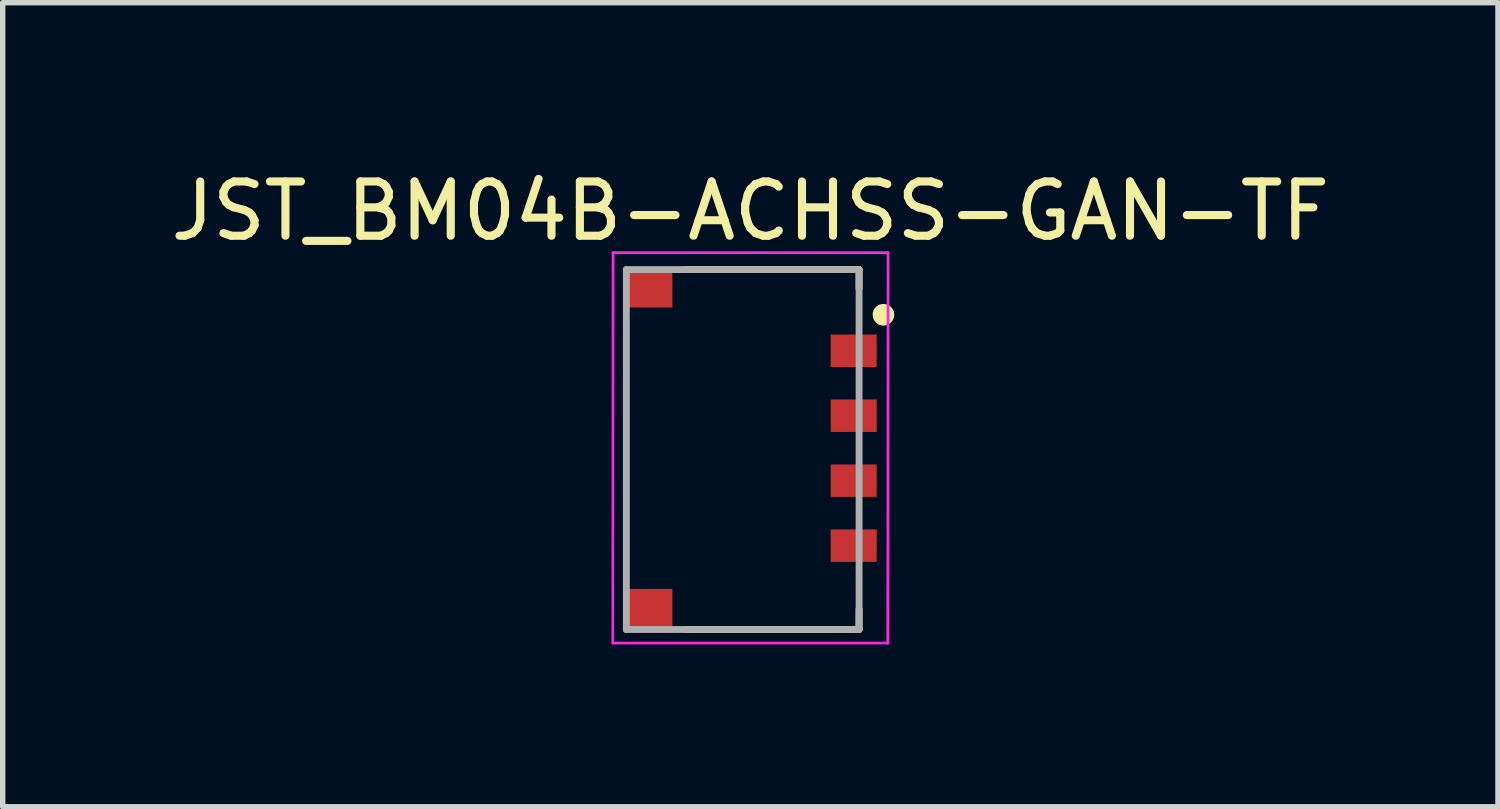
<source format=kicad_pcb>
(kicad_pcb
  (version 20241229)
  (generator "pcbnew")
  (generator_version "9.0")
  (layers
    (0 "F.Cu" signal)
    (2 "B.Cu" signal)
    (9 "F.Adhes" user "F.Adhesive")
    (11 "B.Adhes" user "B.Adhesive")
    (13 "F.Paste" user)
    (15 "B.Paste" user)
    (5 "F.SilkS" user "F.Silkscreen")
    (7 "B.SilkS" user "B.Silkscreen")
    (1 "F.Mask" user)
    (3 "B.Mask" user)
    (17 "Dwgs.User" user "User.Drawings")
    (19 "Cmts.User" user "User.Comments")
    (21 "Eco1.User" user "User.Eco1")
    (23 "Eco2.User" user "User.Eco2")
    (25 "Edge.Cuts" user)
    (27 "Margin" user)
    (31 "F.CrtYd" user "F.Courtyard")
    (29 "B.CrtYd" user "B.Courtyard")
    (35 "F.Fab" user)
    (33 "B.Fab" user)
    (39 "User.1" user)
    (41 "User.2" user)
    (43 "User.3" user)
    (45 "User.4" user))
  (footprint "JST_BM04B-ACHSS-GAN-TF"
    (layer "F.Cu")
    (at 12.721 4.03)
    (property "Reference" "JST_BM04B-ACHSS-GAN-TF" (at -1.909 -3.181 0) (layer "F.SilkS") (effects (font (size 1.002 1.002) (thickness 0.15))))
    (attr smd)
    (fp_line (start -3.1 -2.1) (end 0.1 -2.1) (stroke (width 0.127) (type solid)) (layer "F.SilkS"))
    (fp_line (start -3.1 4.55) (end 0.1 4.55) (stroke (width 0.127) (type solid)) (layer "F.SilkS"))
    (fp_line (start 0.1 -2.1) (end 0.1 -1.75) (stroke (width 0.127) (type solid)) (layer "F.SilkS"))
    (fp_line (start 0.1 4.175) (end 0.1 4.525) (stroke (width 0.127) (type solid)) (layer "F.SilkS"))
    (fp_circle (center 0.55 -1.265) (end 0.65 -1.265) (stroke (width 0.2) (type solid)) (fill no) (layer "F.SilkS"))
    (fp_line (start -4.45 4.8) (end -4.445 -2.413) (stroke (width 0.05) (type solid)) (layer "F.CrtYd"))
    (fp_line (start -4.445 -2.413) (end 0.635 -2.413) (stroke (width 0.05) (type solid)) (layer "F.CrtYd"))
    (fp_line (start 0.63 4.8) (end -4.45 4.8) (stroke (width 0.05) (type solid)) (layer "F.CrtYd"))
    (fp_line (start 0.635 -2.413) (end 0.63 4.8) (stroke (width 0.05) (type solid)) (layer "F.CrtYd"))
    (fp_line (start -4.2 -2.1) (end 0.1 -2.1) (stroke (width 0.127) (type solid)) (layer "F.Fab"))
    (fp_line (start -4.2 4.55) (end -4.2 -2.1) (stroke (width 0.127) (type solid)) (layer "F.Fab"))
    (fp_line (start 0.1 -2.1) (end 0.1 4.55) (stroke (width 0.127) (type solid)) (layer "F.Fab"))
    (fp_line (start 0.1 4.55) (end -4.2 4.55) (stroke (width 0.127) (type solid)) (layer "F.Fab"))
    (pad "1" smd rect (at 0 -0.6) (size 0.85 0.6) (layers "F.Cu" "F.Mask" "F.Paste"))
    (pad "2" smd rect (at 0 0.6) (size 0.85 0.6) (layers "F.Cu" "F.Mask" "F.Paste"))
    (pad "3" smd rect (at 0 1.8) (size 0.85 0.6) (layers "F.Cu" "F.Mask" "F.Paste"))
    (pad "4" smd rect (at 0 3) (size 0.85 0.6) (layers "F.Cu" "F.Mask" "F.Paste"))
    (pad "5" smd rect (at -3.775 -1.75) (size 0.85 0.7) (layers "F.Cu" "F.Mask" "F.Paste"))
    (pad "6" smd rect (at -3.775 4.15) (size 0.85 0.7) (layers "F.Cu" "F.Mask" "F.Paste")))
  (gr_rect
    (start -3 -3)
    (end 24.624 11.855)
    (stroke (width 0.1) (type default))
    (fill no)
    (layer "Edge.Cuts")))
</source>
